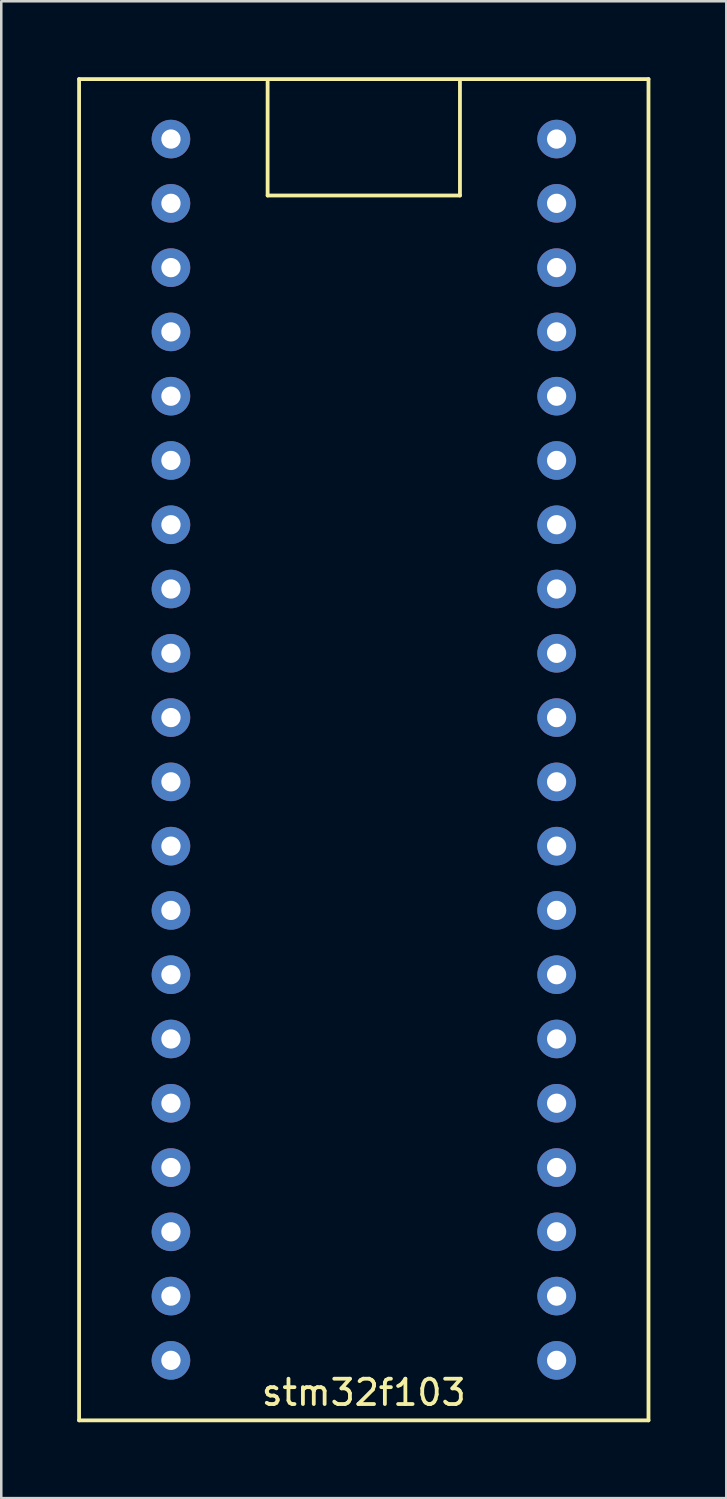
<source format=kicad_pcb>
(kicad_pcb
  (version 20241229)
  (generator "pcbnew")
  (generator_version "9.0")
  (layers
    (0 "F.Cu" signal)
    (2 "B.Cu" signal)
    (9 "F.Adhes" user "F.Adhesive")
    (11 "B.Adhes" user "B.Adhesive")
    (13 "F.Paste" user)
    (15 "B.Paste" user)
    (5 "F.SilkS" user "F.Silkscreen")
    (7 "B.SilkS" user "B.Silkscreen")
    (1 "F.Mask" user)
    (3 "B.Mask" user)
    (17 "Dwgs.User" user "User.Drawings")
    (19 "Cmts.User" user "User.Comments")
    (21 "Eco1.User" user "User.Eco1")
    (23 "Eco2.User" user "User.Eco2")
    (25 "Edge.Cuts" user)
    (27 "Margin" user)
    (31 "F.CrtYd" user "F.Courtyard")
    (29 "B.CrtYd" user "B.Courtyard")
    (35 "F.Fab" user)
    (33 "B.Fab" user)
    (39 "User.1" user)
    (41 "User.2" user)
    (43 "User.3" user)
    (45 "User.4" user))
  (footprint "stm32f103"
    (layer "F.Cu")
    (at 11.325 26.575)
    (property "Reference" "stm32f103" (at 0 25.4 0) (layer "F.SilkS") (effects (font (size 1 1) (thickness 0.15))))
    (attr through_hole)
    (fp_line (start -11.25 -26.5) (end 11.25 -26.5) (stroke (width 0.15) (type solid)) (layer "F.SilkS"))
    (fp_line (start -11.25 26.5) (end -11.25 -26.5) (stroke (width 0.15) (type solid)) (layer "F.SilkS"))
    (fp_line (start -3.8 -26.4) (end -3.8 -21.9) (stroke (width 0.15) (type solid)) (layer "F.SilkS"))
    (fp_line (start -3.8 -21.9) (end 3.8 -21.9) (stroke (width 0.15) (type solid)) (layer "F.SilkS"))
    (fp_line (start 3.8 -21.9) (end 3.8 -26.4) (stroke (width 0.15) (type solid)) (layer "F.SilkS"))
    (fp_line (start 11.25 -26.5) (end 11.25 26.5) (stroke (width 0.15) (type solid)) (layer "F.SilkS"))
    (fp_line (start 11.25 26.5) (end -11.25 26.5) (stroke (width 0.15) (type solid)) (layer "F.SilkS"))
    (pad "3V3" thru_hole circle (at -7.62 24.13) (size 1.524 1.524) (drill 0.762) (layers "*.Cu" "*.Mask"))
    (pad "3V3" thru_hole circle (at 7.62 -19.05) (size 1.524 1.524) (drill 0.762) (layers "*.Cu" "*.Mask"))
    (pad "5V" thru_hole circle (at -7.62 19.05) (size 1.524 1.524) (drill 0.762) (layers "*.Cu" "*.Mask"))
    (pad "G" thru_hole circle (at -7.62 21.59) (size 1.524 1.524) (drill 0.762) (layers "*.Cu" "*.Mask"))
    (pad "G" thru_hole circle (at 7.62 -24.13) (size 1.524 1.524) (drill 0.762) (layers "*.Cu" "*.Mask"))
    (pad "G" thru_hole circle (at 7.62 -21.59) (size 1.524 1.524) (drill 0.762) (layers "*.Cu" "*.Mask"))
    (pad "NRST" thru_hole circle (at 7.62 -16.51) (size 1.524 1.524) (drill 0.762) (layers "*.Cu" "*.Mask"))
    (pad "PA0" thru_hole circle (at 7.62 13.97) (size 1.524 1.524) (drill 0.762) (layers "*.Cu" "*.Mask"))
    (pad "PA1" thru_hole circle (at 7.62 11.43) (size 1.524 1.524) (drill 0.762) (layers "*.Cu" "*.Mask"))
    (pad "PA2" thru_hole circle (at 7.62 8.89) (size 1.524 1.524) (drill 0.762) (layers "*.Cu" "*.Mask"))
    (pad "PA3" thru_hole circle (at 7.62 6.35) (size 1.524 1.524) (drill 0.762) (layers "*.Cu" "*.Mask"))
    (pad "PA4" thru_hole circle (at 7.62 3.81) (size 1.524 1.524) (drill 0.762) (layers "*.Cu" "*.Mask"))
    (pad "PA5" thru_hole circle (at 7.62 1.27) (size 1.524 1.524) (drill 0.762) (layers "*.Cu" "*.Mask"))
    (pad "PA6" thru_hole circle (at 7.62 -1.27) (size 1.524 1.524) (drill 0.762) (layers "*.Cu" "*.Mask"))
    (pad "PA7" thru_hole circle (at 7.62 -3.81) (size 1.524 1.524) (drill 0.762) (layers "*.Cu" "*.Mask"))
    (pad "PA8" thru_hole circle (at -7.62 -13.97) (size 1.524 1.524) (drill 0.762) (layers "*.Cu" "*.Mask"))
    (pad "PA9" thru_hole circle (at -7.62 -11.43) (size 1.524 1.524) (drill 0.762) (layers "*.Cu" "*.Mask"))
    (pad "PA10" thru_hole circle (at -7.62 -8.89) (size 1.524 1.524) (drill 0.762) (layers "*.Cu" "*.Mask"))
    (pad "PA11" thru_hole circle (at -7.62 -6.35) (size 1.524 1.524) (drill 0.762) (layers "*.Cu" "*.Mask"))
    (pad "PA12" thru_hole circle (at -7.62 -3.81) (size 1.524 1.524) (drill 0.762) (layers "*.Cu" "*.Mask"))
    (pad "PA15" thru_hole circle (at -7.62 -1.27) (size 1.524 1.524) (drill 0.762) (layers "*.Cu" "*.Mask"))
    (pad "PB0" thru_hole circle (at 7.62 -6.35) (size 1.524 1.524) (drill 0.762) (layers "*.Cu" "*.Mask"))
    (pad "PB1" thru_hole circle (at 7.62 -8.89) (size 1.524 1.524) (drill 0.762) (layers "*.Cu" "*.Mask"))
    (pad "PB3" thru_hole circle (at -7.62 1.27) (size 1.524 1.524) (drill 0.762) (layers "*.Cu" "*.Mask"))
    (pad "PB4" thru_hole circle (at -7.62 3.81) (size 1.524 1.524) (drill 0.762) (layers "*.Cu" "*.Mask"))
    (pad "PB5" thru_hole circle (at -7.62 6.35) (size 1.524 1.524) (drill 0.762) (layers "*.Cu" "*.Mask"))
    (pad "PB6" thru_hole circle (at -7.62 8.89) (size 1.524 1.524) (drill 0.762) (layers "*.Cu" "*.Mask"))
    (pad "PB7" thru_hole circle (at -7.62 11.43) (size 1.524 1.524) (drill 0.762) (layers "*.Cu" "*.Mask"))
    (pad "PB8" thru_hole circle (at -7.62 13.97) (size 1.524 1.524) (drill 0.762) (layers "*.Cu" "*.Mask"))
    (pad "PB9" thru_hole circle (at -7.62 16.51) (size 1.524 1.524) (drill 0.762) (layers "*.Cu" "*.Mask"))
    (pad "PB10" thru_hole circle (at 7.62 -11.43) (size 1.524 1.524) (drill 0.762) (layers "*.Cu" "*.Mask"))
    (pad "PB11" thru_hole circle (at 7.62 -13.97) (size 1.524 1.524) (drill 0.762) (layers "*.Cu" "*.Mask"))
    (pad "PB12" thru_hole circle (at -7.62 -24.13) (size 1.524 1.524) (drill 0.762) (layers "*.Cu" "*.Mask"))
    (pad "PB13" thru_hole circle (at -7.62 -21.59) (size 1.524 1.524) (drill 0.762) (layers "*.Cu" "*.Mask"))
    (pad "PB14" thru_hole circle (at -7.62 -19.05) (size 1.524 1.524) (drill 0.762) (layers "*.Cu" "*.Mask"))
    (pad "PB15" thru_hole circle (at -7.62 -16.51) (size 1.524 1.524) (drill 0.762) (layers "*.Cu" "*.Mask"))
    (pad "PC13" thru_hole circle (at 7.62 21.59) (size 1.524 1.524) (drill 0.762) (layers "*.Cu" "*.Mask"))
    (pad "PC14" thru_hole circle (at 7.62 19.05) (size 1.524 1.524) (drill 0.762) (layers "*.Cu" "*.Mask"))
    (pad "PC15" thru_hole circle (at 7.62 16.51) (size 1.524 1.524) (drill 0.762) (layers "*.Cu" "*.Mask"))
    (pad "VBAT" thru_hole circle (at 7.62 24.13) (size 1.524 1.524) (drill 0.762) (layers "*.Cu" "*.Mask")))
  (gr_rect
    (start -3 -3)
    (end 25.65 56.15)
    (stroke (width 0.1) (type default))
    (fill no)
    (layer "Edge.Cuts")))
</source>
